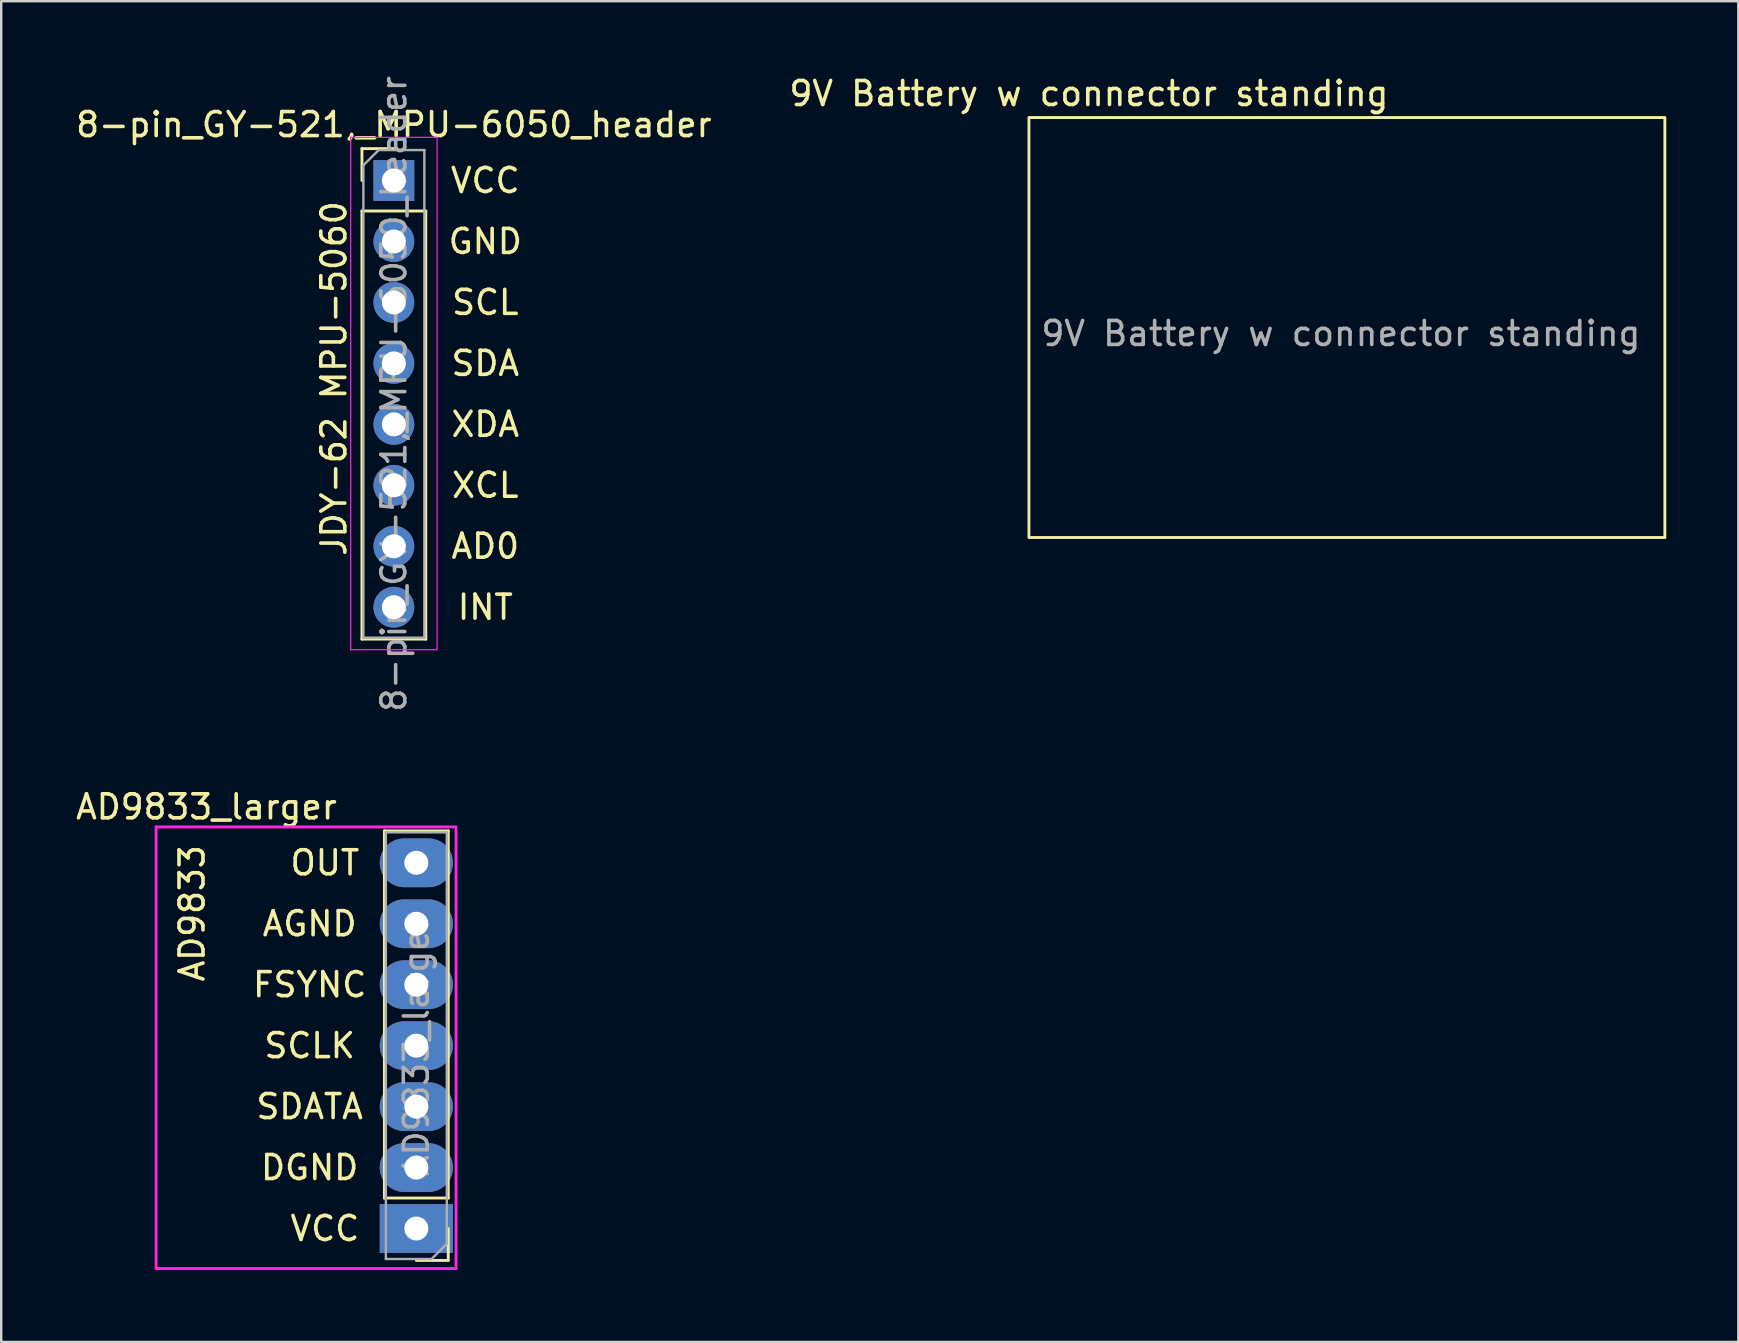
<source format=kicad_pcb>
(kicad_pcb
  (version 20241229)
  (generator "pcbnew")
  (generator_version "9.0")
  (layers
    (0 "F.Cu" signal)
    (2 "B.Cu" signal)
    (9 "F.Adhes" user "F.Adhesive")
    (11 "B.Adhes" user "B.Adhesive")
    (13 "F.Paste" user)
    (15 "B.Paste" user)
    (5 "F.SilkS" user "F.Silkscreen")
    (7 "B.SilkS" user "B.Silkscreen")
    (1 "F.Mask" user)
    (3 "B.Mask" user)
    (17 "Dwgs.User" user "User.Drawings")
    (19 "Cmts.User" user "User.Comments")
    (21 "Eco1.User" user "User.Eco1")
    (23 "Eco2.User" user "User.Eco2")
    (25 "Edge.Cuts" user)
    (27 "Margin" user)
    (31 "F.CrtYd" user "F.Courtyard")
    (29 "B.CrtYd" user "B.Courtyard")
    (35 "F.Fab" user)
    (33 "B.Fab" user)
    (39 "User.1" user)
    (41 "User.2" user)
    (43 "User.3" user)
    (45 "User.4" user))
  (footprint "8-pin_GY-521,_MPU-6050_header"
    (layer "F.Cu")
    (at 13.363 4.473)
    (property "Reference" "8-pin_GY-521,_MPU-6050_header" (at 0 -2.33 0) (layer "F.SilkS") (effects (font (size 1 1) (thickness 0.15))))
    (attr through_hole)
    (fp_line (start -1.33 -1.33) (end 0 -1.33) (stroke (width 0.12) (type solid)) (layer "F.SilkS"))
    (fp_line (start -1.33 0) (end -1.33 -1.33) (stroke (width 0.12) (type solid)) (layer "F.SilkS"))
    (fp_line (start -1.33 1.27) (end -1.33 19.11) (stroke (width 0.12) (type solid)) (layer "F.SilkS"))
    (fp_line (start -1.33 1.27) (end 1.33 1.27) (stroke (width 0.12) (type solid)) (layer "F.SilkS"))
    (fp_line (start -1.33 19.11) (end 1.33 19.11) (stroke (width 0.12) (type solid)) (layer "F.SilkS"))
    (fp_line (start 1.33 1.27) (end 1.33 19.11) (stroke (width 0.12) (type solid)) (layer "F.SilkS"))
    (fp_line (start -1.8 -1.8) (end -1.8 19.55) (stroke (width 0.05) (type solid)) (layer "F.CrtYd"))
    (fp_line (start -1.8 19.55) (end 1.8 19.55) (stroke (width 0.05) (type solid)) (layer "F.CrtYd"))
    (fp_line (start 1.8 -1.8) (end -1.8 -1.8) (stroke (width 0.05) (type solid)) (layer "F.CrtYd"))
    (fp_line (start 1.8 19.55) (end 1.8 -1.8) (stroke (width 0.05) (type solid)) (layer "F.CrtYd"))
    (fp_line (start -1.27 -0.635) (end -0.635 -1.27) (stroke (width 0.1) (type solid)) (layer "F.Fab"))
    (fp_line (start -1.27 19.05) (end -1.27 -0.635) (stroke (width 0.1) (type solid)) (layer "F.Fab"))
    (fp_line (start -0.635 -1.27) (end 1.27 -1.27) (stroke (width 0.1) (type solid)) (layer "F.Fab"))
    (fp_line (start 1.27 -1.27) (end 1.27 19.05) (stroke (width 0.1) (type solid)) (layer "F.Fab"))
    (fp_line (start 1.27 19.05) (end -1.27 19.05) (stroke (width 0.1) (type solid)) (layer "F.Fab"))
    (fp_text user "XDA" (at 3.81 10.16 0) (layer "F.SilkS") (effects (font (size 1 1) (thickness 0.15))))
    (fp_text user "INT" (at 3.81 17.78 0) (layer "F.SilkS") (effects (font (size 1 1) (thickness 0.15))))
    (fp_text user "GND" (at 3.81 2.54 0) (layer "F.SilkS") (effects (font (size 1 1) (thickness 0.15))))
    (fp_text user "AD0" (at 3.81 15.24 0) (layer "F.SilkS") (effects (font (size 1 1) (thickness 0.15))))
    (fp_text user "JDY-62 MPU-5060" (at -2.5 8.25 90) (layer "F.SilkS") (effects (font (size 1 1) (thickness 0.15))))
    (fp_text user "SCL" (at 3.81 5.08 0) (layer "F.SilkS") (effects (font (size 1 1) (thickness 0.15))))
    (fp_text user "VCC" (at 3.81 0 0) (layer "F.SilkS") (effects (font (size 1 1) (thickness 0.15))))
    (fp_text user "XCL" (at 3.81 12.7 0) (layer "F.SilkS") (effects (font (size 1 1) (thickness 0.15))))
    (fp_text user "SDA" (at 3.81 7.62 0) (layer "F.SilkS") (effects (font (size 1 1) (thickness 0.15))))
    (fp_text user "${REFERENCE}" (at 0 8.89 90) (layer "F.Fab") (effects (font (size 1 1) (thickness 0.15))))
    (pad "1" thru_hole rect (at 0 0) (size 1.7 1.7) (drill 1) (layers "*.Cu" "*.Mask"))
    (pad "2" thru_hole oval (at 0 2.54) (size 1.7 1.7) (drill 1) (layers "*.Cu" "*.Mask"))
    (pad "3" thru_hole oval (at 0 5.08) (size 1.7 1.7) (drill 1) (layers "*.Cu" "*.Mask"))
    (pad "4" thru_hole oval (at 0 7.62) (size 1.7 1.7) (drill 1) (layers "*.Cu" "*.Mask"))
    (pad "5" thru_hole oval (at 0 10.16) (size 1.7 1.7) (drill 1) (layers "*.Cu" "*.Mask"))
    (pad "6" thru_hole oval (at 0 12.7) (size 1.7 1.7) (drill 1) (layers "*.Cu" "*.Mask"))
    (pad "7" thru_hole oval (at 0 15.24) (size 1.7 1.7) (drill 1) (layers "*.Cu" "*.Mask"))
    (pad "8" thru_hole oval (at 0 17.78) (size 1.7 1.7) (drill 1) (layers "*.Cu" "*.Mask")))
  (footprint "AD9833_larger"
    (layer "F.Cu")
    (at 15.954 31.509)
    (property "Reference" "AD9833_larger" (at -10.4 -0.935 0) (layer "F.SilkS") (effects (font (size 1 1) (thickness 0.15))))
    (attr through_hole)
    (fp_line (start -2.985 15.365) (end -2.985 0.065) (stroke (width 0.12) (type solid)) (layer "F.SilkS"))
    (fp_line (start -0.325 0.065) (end -2.985 0.065) (stroke (width 0.12) (type solid)) (layer "F.SilkS"))
    (fp_line (start -0.325 15.365) (end -2.985 15.365) (stroke (width 0.12) (type solid)) (layer "F.SilkS"))
    (fp_line (start -0.325 15.365) (end -0.325 0.065) (stroke (width 0.12) (type solid)) (layer "F.SilkS"))
    (fp_line (start -0.325 16.635) (end -0.325 17.965) (stroke (width 0.12) (type solid)) (layer "F.SilkS"))
    (fp_line (start -0.325 17.965) (end -1.655 17.965) (stroke (width 0.12) (type solid)) (layer "F.SilkS"))
    (fp_line (start -12.5 -0.1) (end 0 -0.1) (stroke (width 0.12) (type solid)) (layer "F.CrtYd"))
    (fp_line (start -12.5 18.3) (end -12.5 -0.1) (stroke (width 0.12) (type solid)) (layer "F.CrtYd"))
    (fp_line (start 0 0) (end 0 18.3) (stroke (width 0.12) (type solid)) (layer "F.CrtYd"))
    (fp_line (start 0 18.3) (end -12.5 18.3) (stroke (width 0.12) (type solid)) (layer "F.CrtYd"))
    (fp_line (start -2.925 0.125) (end -0.385 0.125) (stroke (width 0.1) (type solid)) (layer "F.Fab"))
    (fp_line (start -2.925 17.905) (end -2.925 0.125) (stroke (width 0.1) (type solid)) (layer "F.Fab"))
    (fp_line (start -1.02 17.905) (end -2.925 17.905) (stroke (width 0.1) (type solid)) (layer "F.Fab"))
    (fp_line (start -0.385 0.125) (end -0.385 17.27) (stroke (width 0.1) (type solid)) (layer "F.Fab"))
    (fp_line (start -0.385 17.27) (end -1.02 17.905) (stroke (width 0.1) (type solid)) (layer "F.Fab"))
    (fp_text user "SDATA" (at -6.1 11.555 0) (layer "F.SilkS") (effects (font (size 1 1) (thickness 0.15))))
    (fp_text user "FSYNC" (at -6.1 6.475 0) (layer "F.SilkS") (effects (font (size 1 1) (thickness 0.15))))
    (fp_text user "DGND" (at -6.1 14.095 0) (layer "F.SilkS") (effects (font (size 1 1) (thickness 0.15))))
    (fp_text user "SCLK" (at -6.1 9.015 0) (layer "F.SilkS") (effects (font (size 1 1) (thickness 0.15))))
    (fp_text user "VCC" (at -5.465 16.635 0) (layer "F.SilkS") (effects (font (size 1 1) (thickness 0.15))))
    (fp_text user "OUT" (at -5.465 1.395 0) (layer "F.SilkS") (effects (font (size 1 1) (thickness 0.15))))
    (fp_text user "AD9833" (at -11 3.5 90) (layer "F.SilkS") (effects (font (size 1 1) (thickness 0.15))))
    (fp_text user "AGND" (at -6.1 3.935 0) (layer "F.SilkS") (effects (font (size 1 1) (thickness 0.15))))
    (fp_text user "${REFERENCE}" (at -1.655 9.015 270) (layer "F.Fab") (effects (font (size 1 1) (thickness 0.15))))
    (pad "1" thru_hole rect (at -1.655 16.635 180) (size 3.048 2.032) (drill 1) (layers "*.Cu" "*.Mask"))
    (pad "2" thru_hole oval (at -1.655 14.095 180) (size 3.048 2.032) (drill 1) (layers "*.Cu" "*.Mask"))
    (pad "3" thru_hole oval (at -1.655 11.555 180) (size 3.048 2.032) (drill 1) (layers "*.Cu" "*.Mask"))
    (pad "4" thru_hole oval (at -1.655 9.015 180) (size 3.048 2.032) (drill 1) (layers "*.Cu" "*.Mask"))
    (pad "5" thru_hole oval (at -1.655 6.475 180) (size 3.048 2.032) (drill 1) (layers "*.Cu" "*.Mask"))
    (pad "6" thru_hole oval (at -1.655 3.935 180) (size 3.048 2.032) (drill 1) (layers "*.Cu" "*.Mask"))
    (pad "7" thru_hole oval (at -1.655 1.395 180) (size 3.048 2.032) (drill 1) (layers "*.Cu" "*.Mask")))
  (footprint "9V Battery w connector standing"
    (layer "F.Cu")
    (at 39.827 19.348)
    (property "Reference" "9V Battery w connector standing" (at 2.5 -18.5 0) (unlocked yes) (layer "F.SilkS") (effects (font (size 1 1) (thickness 0.15))))
    (attr through_hole)
    (fp_rect (start 0 0) (end 26.5 -17.5) (stroke (width 0.12) (type solid)) (fill no) (layer "F.SilkS"))
    (fp_text user "${REFERENCE}" (at 13 -8.5 0) (unlocked yes) (layer "F.Fab") (effects (font (size 1 1) (thickness 0.15)))))
  (gr_rect
    (start -3 -3)
    (end 69.387 52.869)
    (stroke (width 0.1) (type default))
    (fill no)
    (layer "Edge.Cuts")))
</source>
